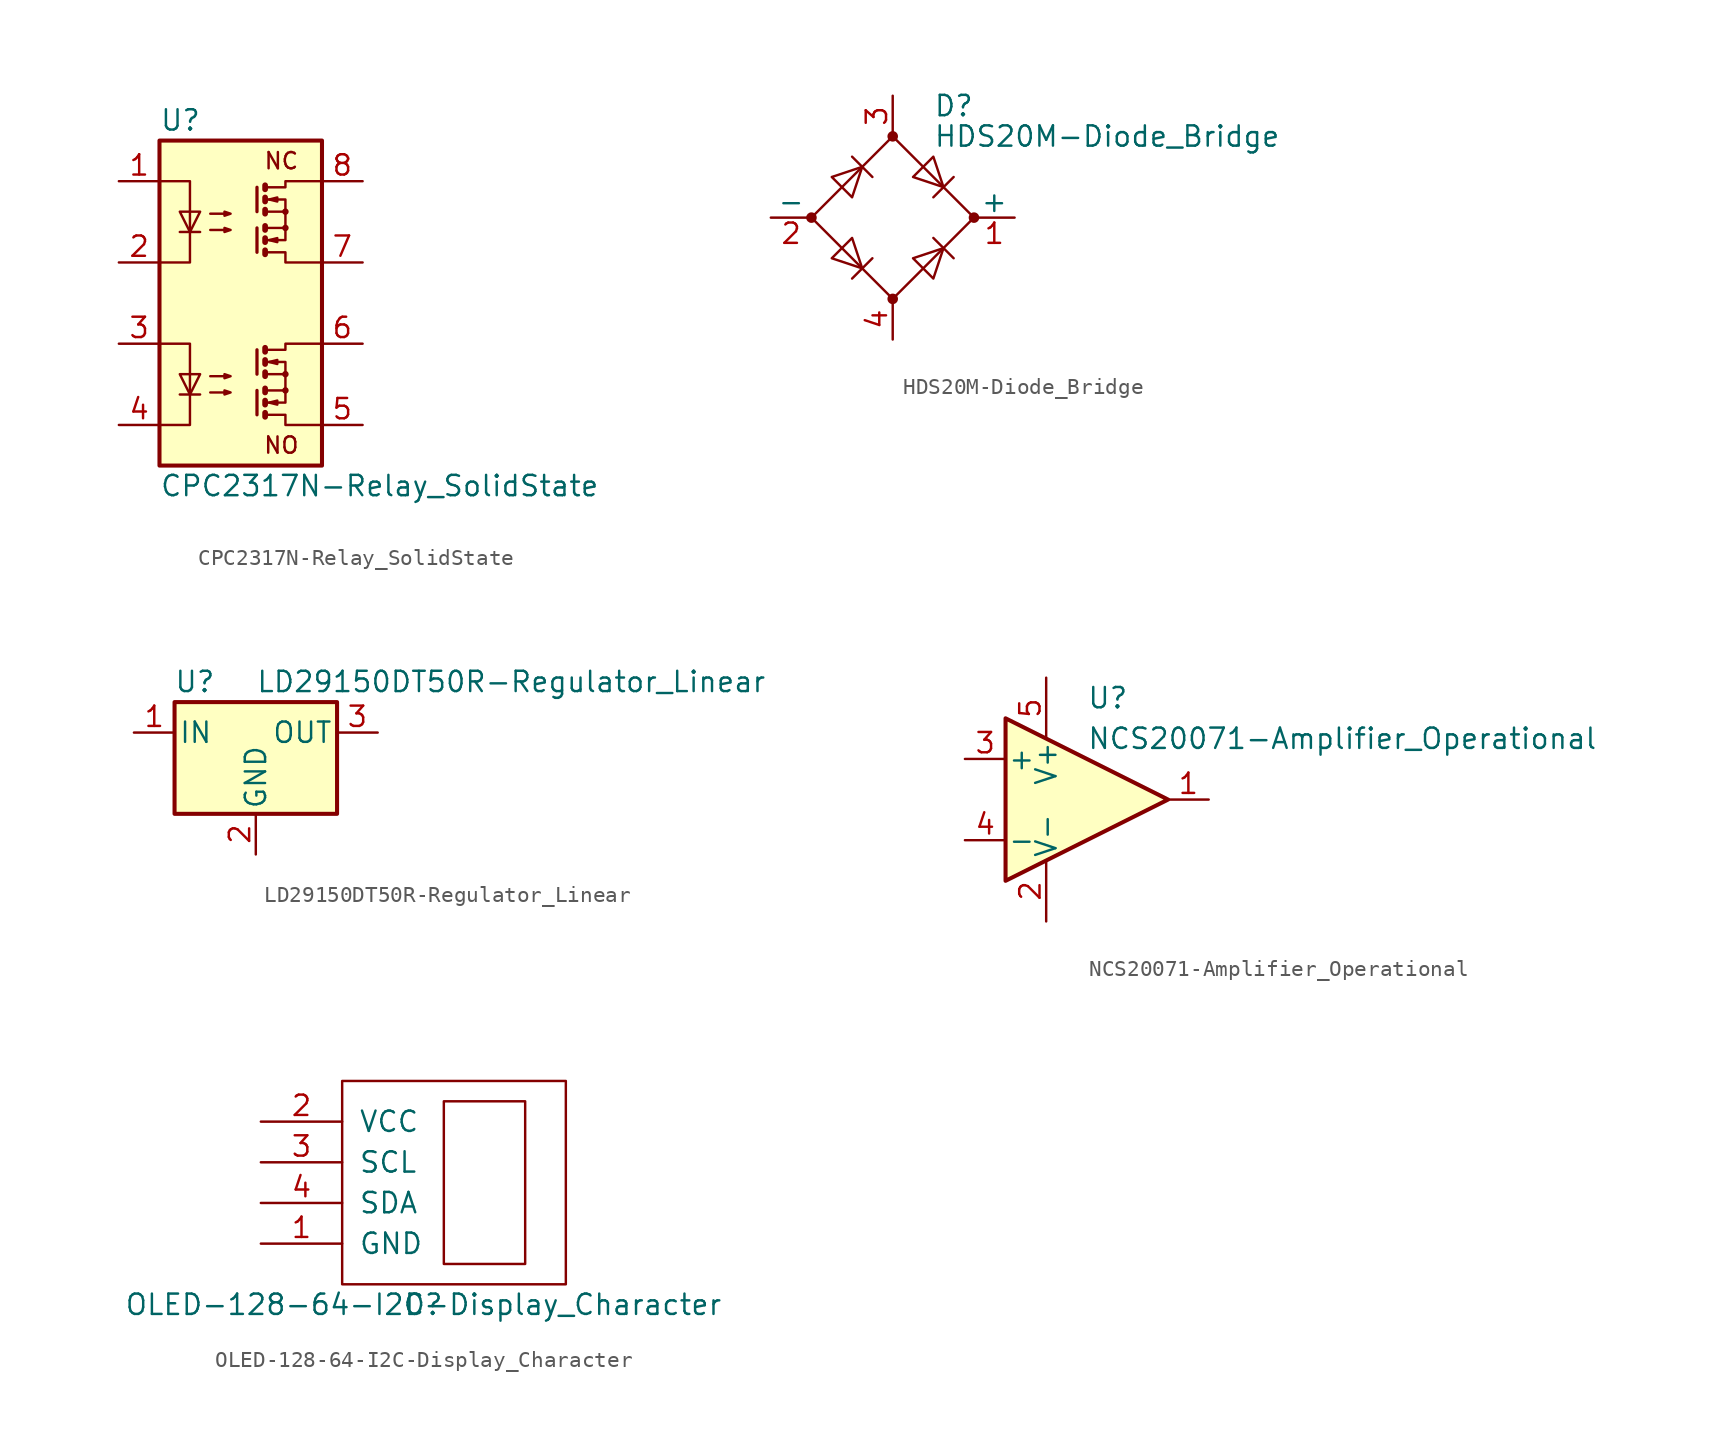
<source format=kicad_sym>
(kicad_symbol_lib
  (version 20220914)
  (generator kicad_symbol_editor)
  (symbol "CPC2317N-Relay_SolidState"
    (property "Reference" "U"
      (at -5.08 11.43 0)
      (effects (font (size 1.27 1.27)) (justify left)))
    (property "Value" "CPC2317N-Relay_SolidState"
      (at -5.08 -11.43 0)
      (effects (font (size 1.27 1.27)) (justify left)))
    (symbol "CPC2317N-Relay_SolidState_0_0"
      (text "NC" (at 2.54 8.89 0) (effects (font (size 1.016 1.016))))
      (text "NO" (at 2.54 -8.89 0) (effects (font (size 1.016 1.016)))))
    (symbol "CPC2317N-Relay_SolidState_0_1"
      (polyline (pts (xy -3.81 -5.715) (xy -2.54 -5.715)) (stroke (width 0) (type solid)) (fill (type none)))
      (polyline (pts (xy -3.81 4.445) (xy -2.54 4.445)) (stroke (width 0) (type solid)) (fill (type none)))
      (polyline (pts (xy 1.016 -5.461) (xy 1.016 -6.985)) (stroke (width 0.203) (type solid)) (fill (type none)))
      (polyline (pts (xy 1.016 -2.921) (xy 1.016 -4.445)) (stroke (width 0.203) (type solid)) (fill (type none)))
      (polyline (pts (xy 1.016 4.699) (xy 1.016 3.175)) (stroke (width 0.203) (type solid)) (fill (type none)))
      (polyline (pts (xy 1.016 7.239) (xy 1.016 5.715)) (stroke (width 0.203) (type solid)) (fill (type none)))
      (polyline (pts (xy 1.524 -6.858) (xy 1.524 -7.112) (xy 1.524 -7.112)) (stroke (width 0.356) (type solid)) (fill (type none)))
      (polyline (pts (xy 1.524 -6.096) (xy 1.524 -6.35) (xy 1.524 -6.35)) (stroke (width 0.356) (type solid)) (fill (type none)))
      (polyline (pts (xy 1.524 -5.334) (xy 1.524 -5.588) (xy 1.524 -5.588)) (stroke (width 0.356) (type solid)) (fill (type none)))
      (polyline (pts (xy 1.524 -4.318) (xy 1.524 -4.572) (xy 1.524 -4.572)) (stroke (width 0.356) (type solid)) (fill (type none)))
      (polyline (pts (xy 1.524 -3.556) (xy 1.524 -3.81) (xy 1.524 -3.81)) (stroke (width 0.356) (type solid)) (fill (type none)))
      (polyline (pts (xy 1.524 -2.794) (xy 1.524 -3.048) (xy 1.524 -3.048)) (stroke (width 0.356) (type solid)) (fill (type none)))
      (polyline (pts (xy 1.524 3.302) (xy 1.524 3.048) (xy 1.524 3.048)) (stroke (width 0.356) (type solid)) (fill (type none)))
      (polyline (pts (xy 1.524 4.064) (xy 1.524 3.81) (xy 1.524 3.81)) (stroke (width 0.356) (type solid)) (fill (type none)))
      (polyline (pts (xy 1.524 4.826) (xy 1.524 4.572) (xy 1.524 4.572)) (stroke (width 0.356) (type solid)) (fill (type none)))
      (polyline (pts (xy 1.524 5.842) (xy 1.524 5.588) (xy 1.524 5.588)) (stroke (width 0.356) (type solid)) (fill (type none)))
      (polyline (pts (xy 1.524 6.604) (xy 1.524 6.35) (xy 1.524 6.35)) (stroke (width 0.356) (type solid)) (fill (type none)))
      (polyline (pts (xy 1.524 7.366) (xy 1.524 7.112) (xy 1.524 7.112)) (stroke (width 0.356) (type solid)) (fill (type none)))
      (polyline (pts (xy 1.651 -3.683) (xy 2.794 -3.683) (xy 2.794 -4.445)) (stroke (width 0) (type solid)) (fill (type none)))
      (polyline (pts (xy 1.651 6.477) (xy 2.794 6.477) (xy 2.794 5.715)) (stroke (width 0) (type solid)) (fill (type none)))
      (polyline (pts (xy -5.08 -2.54) (xy -3.175 -2.54) (xy -3.175 -7.62) (xy -5.08 -7.62)) (stroke (width 0) (type solid)) (fill (type none)))
      (polyline (pts (xy -5.08 7.62) (xy -3.175 7.62) (xy -3.175 2.54) (xy -5.08 2.54)) (stroke (width 0) (type solid)) (fill (type none)))
      (polyline (pts (xy -3.175 -5.715) (xy -3.81 -4.445) (xy -2.54 -4.445) (xy -3.175 -5.715)) (stroke (width 0) (type solid)) (fill (type none)))
      (polyline (pts (xy -3.175 4.445) (xy -3.81 5.715) (xy -2.54 5.715) (xy -3.175 4.445)) (stroke (width 0) (type solid)) (fill (type none)))
      (polyline (pts (xy 1.651 -2.921) (xy 2.794 -2.921) (xy 2.794 -2.54) (xy 5.08 -2.54)) (stroke (width 0) (type solid)) (fill (type none)))
      (polyline (pts (xy 1.651 7.239) (xy 2.794 7.239) (xy 2.794 7.62) (xy 5.08 7.62)) (stroke (width 0) (type solid)) (fill (type none)))
      (polyline (pts (xy 1.778 -6.223) (xy 2.286 -6.096) (xy 2.286 -6.35) (xy 1.778 -6.223)) (stroke (width 0) (type solid)) (fill (type none)))
      (polyline (pts (xy 1.778 -3.683) (xy 2.286 -3.556) (xy 2.286 -3.81) (xy 1.778 -3.683)) (stroke (width 0) (type solid)) (fill (type none)))
      (polyline (pts (xy 1.778 3.937) (xy 2.286 4.064) (xy 2.286 3.81) (xy 1.778 3.937)) (stroke (width 0) (type solid)) (fill (type none)))
      (polyline (pts (xy 1.778 6.477) (xy 2.286 6.604) (xy 2.286 6.35) (xy 1.778 6.477)) (stroke (width 0) (type solid)) (fill (type none)))
      (polyline (pts (xy -1.905 -5.588) (xy -0.635 -5.588) (xy -1.016 -5.715) (xy -1.016 -5.461) (xy -0.635 -5.588)) (stroke (width 0) (type solid)) (fill (type none)))
      (polyline (pts (xy -1.905 -4.572) (xy -0.635 -4.572) (xy -1.016 -4.699) (xy -1.016 -4.445) (xy -0.635 -4.572)) (stroke (width 0) (type solid)) (fill (type none)))
      (polyline (pts (xy -1.905 4.572) (xy -0.635 4.572) (xy -1.016 4.445) (xy -1.016 4.699) (xy -0.635 4.572)) (stroke (width 0) (type solid)) (fill (type none)))
      (polyline (pts (xy -1.905 5.588) (xy -0.635 5.588) (xy -1.016 5.461) (xy -1.016 5.715) (xy -0.635 5.588)) (stroke (width 0) (type solid)) (fill (type none)))
      (circle (center 2.794 -5.461) (radius 0.127) (stroke (width 0) (type solid)) (fill (type none)))
      (circle (center 2.794 -4.445) (radius 0.127) (stroke (width 0) (type solid)) (fill (type none)))
      (circle (center 2.794 4.699) (radius 0.127) (stroke (width 0) (type solid)) (fill (type none)))
      (circle (center 2.794 5.715) (radius 0.127) (stroke (width 0) (type solid)) (fill (type none)))
      (rectangle (start 5.08 -10.16) (end -5.08 10.16) (stroke (width 0.254) (type solid)) (fill (type background))))
    (symbol "CPC2317N-Relay_SolidState_1_1"
      (polyline (pts (xy 1.524 -6.223) (xy 2.794 -6.223) (xy 2.794 -5.461)) (stroke (width 0) (type solid)) (fill (type none)))
      (polyline (pts (xy 1.524 3.937) (xy 2.794 3.937) (xy 2.794 4.699)) (stroke (width 0) (type solid)) (fill (type none)))
      (polyline (pts (xy 1.524 -6.985) (xy 2.794 -6.985) (xy 2.794 -7.62) (xy 5.08 -7.62)) (stroke (width 0) (type solid)) (fill (type none)))
      (polyline (pts (xy 1.524 -4.445) (xy 2.794 -4.445) (xy 2.794 -5.461) (xy 1.524 -5.461)) (stroke (width 0) (type solid)) (fill (type none)))
      (polyline (pts (xy 1.524 3.175) (xy 2.794 3.175) (xy 2.794 2.54) (xy 5.08 2.54)) (stroke (width 0) (type solid)) (fill (type none)))
      (polyline (pts (xy 1.524 5.715) (xy 2.794 5.715) (xy 2.794 4.699) (xy 1.524 4.699)) (stroke (width 0) (type solid)) (fill (type none)))
      (pin passive line (at -7.62 7.62 0) (length 2.54) (name "~" (effects (font (size 1.27 1.27)))) (number "1" (effects (font (size 1.27 1.27)))))
      (pin passive line (at -7.62 2.54 0) (length 2.54) (name "~" (effects (font (size 1.27 1.27)))) (number "2" (effects (font (size 1.27 1.27)))))
      (pin passive line (at -7.62 -2.54 0) (length 2.54) (name "~" (effects (font (size 1.27 1.27)))) (number "3" (effects (font (size 1.27 1.27)))))
      (pin passive line (at -7.62 -7.62 0) (length 2.54) (name "~" (effects (font (size 1.27 1.27)))) (number "4" (effects (font (size 1.27 1.27)))))
      (pin passive line (at 7.62 -7.62 180) (length 2.54) (name "~" (effects (font (size 1.27 1.27)))) (number "5" (effects (font (size 1.27 1.27)))))
      (pin passive line (at 7.62 -2.54 180) (length 2.54) (name "~" (effects (font (size 1.27 1.27)))) (number "6" (effects (font (size 1.27 1.27)))))
      (pin passive line (at 7.62 2.54 180) (length 2.54) (name "~" (effects (font (size 1.27 1.27)))) (number "7" (effects (font (size 1.27 1.27)))))
      (pin passive line (at 7.62 7.62 180) (length 2.54) (name "~" (effects (font (size 1.27 1.27)))) (number "8" (effects (font (size 1.27 1.27)))))))
  (symbol "HDS20M-Diode_Bridge"
    (pin_names
      (offset 0))
    (property "Reference" "D"
      (at 2.54 6.985 0)
      (effects (font (size 1.27 1.27)) (justify left)))
    (property "Value" "HDS20M-Diode_Bridge"
      (at 2.54 5.08 0)
      (effects (font (size 1.27 1.27)) (justify left)))
    (symbol "HDS20M-Diode_Bridge_0_1"
      (circle (center -5.08 0) (radius 0.254) (stroke (width 0) (type solid)) (fill (type outline)))
      (circle (center 0 -5.08) (radius 0.254) (stroke (width 0) (type solid)) (fill (type outline)))
      (polyline (pts (xy -2.54 3.81) (xy -1.27 2.54)) (stroke (width 0) (type solid)) (fill (type none)))
      (polyline (pts (xy -1.27 -2.54) (xy -2.54 -3.81)) (stroke (width 0) (type solid)) (fill (type none)))
      (polyline (pts (xy 2.54 -1.27) (xy 3.81 -2.54)) (stroke (width 0) (type solid)) (fill (type none)))
      (polyline (pts (xy 2.54 1.27) (xy 3.81 2.54)) (stroke (width 0) (type solid)) (fill (type none)))
      (polyline (pts (xy -3.81 2.54) (xy -2.54 1.27) (xy -1.905 3.175) (xy -3.81 2.54)) (stroke (width 0) (type solid)) (fill (type none)))
      (polyline (pts (xy -2.54 -1.27) (xy -3.81 -2.54) (xy -1.905 -3.175) (xy -2.54 -1.27)) (stroke (width 0) (type solid)) (fill (type none)))
      (polyline (pts (xy 1.27 2.54) (xy 2.54 3.81) (xy 3.175 1.905) (xy 1.27 2.54)) (stroke (width 0) (type solid)) (fill (type none)))
      (polyline (pts (xy 3.175 -1.905) (xy 1.27 -2.54) (xy 2.54 -3.81) (xy 3.175 -1.905)) (stroke (width 0) (type solid)) (fill (type none)))
      (polyline (pts (xy -5.08 0) (xy 0 -5.08) (xy 5.08 0) (xy 0 5.08) (xy -5.08 0)) (stroke (width 0) (type solid)) (fill (type none)))
      (circle (center 0 5.08) (radius 0.254) (stroke (width 0) (type solid)) (fill (type outline)))
      (circle (center 5.08 0) (radius 0.254) (stroke (width 0) (type solid)) (fill (type outline))))
    (symbol "HDS20M-Diode_Bridge_1_1"
      (pin passive line (at 7.62 0 180) (length 2.54) (name "+" (effects (font (size 1.27 1.27)))) (number "1" (effects (font (size 1.27 1.27)))))
      (pin passive line (at -7.62 0 0) (length 2.54) (name "-" (effects (font (size 1.27 1.27)))) (number "2" (effects (font (size 1.27 1.27)))))
      (pin passive line (at 0 7.62 270) (length 2.54) (name "~" (effects (font (size 1.27 1.27)))) (number "3" (effects (font (size 1.27 1.27)))))
      (pin passive line (at 0 -7.62 90) (length 2.54) (name "~" (effects (font (size 1.27 1.27)))) (number "4" (effects (font (size 1.27 1.27)))))))
  (symbol "LD29150DT50R-Regulator_Linear"
    (pin_names
      (offset 0.254))
    (property "Reference" "U"
      (at -3.81 3.175 0)
      (effects (font (size 1.27 1.27))))
    (property "Value" "LD29150DT50R-Regulator_Linear"
      (at 0 3.175 0)
      (effects (font (size 1.27 1.27)) (justify left)))
    (symbol "LD29150DT50R-Regulator_Linear_0_1"
      (rectangle (start -5.08 1.905) (end 5.08 -5.08) (stroke (width 0.254) (type solid)) (fill (type background))))
    (symbol "LD29150DT50R-Regulator_Linear_1_1"
      (pin power_in line (at -7.62 0 0) (length 2.54) (name "IN" (effects (font (size 1.27 1.27)))) (number "1" (effects (font (size 1.27 1.27)))))
      (pin power_in line (at 0 -7.62 90) (length 2.54) (name "GND" (effects (font (size 1.27 1.27)))) (number "2" (effects (font (size 1.27 1.27)))))
      (pin power_out line (at 7.62 0 180) (length 2.54) (name "OUT" (effects (font (size 1.27 1.27)))) (number "3" (effects (font (size 1.27 1.27)))))))
  (symbol "NCS20071-Amplifier_Operational"
    (pin_names
      (offset 0.127))
    (property "Reference" "U"
      (at 0 6.35 0)
      (effects (font (size 1.27 1.27)) (justify left)))
    (property "Value" "NCS20071-Amplifier_Operational"
      (at 0 3.81 0)
      (effects (font (size 1.27 1.27)) (justify left)))
    (symbol "NCS20071-Amplifier_Operational_0_1"
      (polyline (pts (xy -5.08 5.08) (xy 5.08 0) (xy -5.08 -5.08) (xy -5.08 5.08)) (stroke (width 0.254) (type solid)) (fill (type background))))
    (symbol "NCS20071-Amplifier_Operational_1_1"
      (pin output line (at 7.62 0 180) (length 2.54) (name "~" (effects (font (size 1.27 1.27)))) (number "1" (effects (font (size 1.27 1.27)))))
      (pin power_in line (at -2.54 -7.62 90) (length 3.81) (name "V-" (effects (font (size 1.27 1.27)))) (number "2" (effects (font (size 1.27 1.27)))))
      (pin input line (at -7.62 2.54 0) (length 2.54) (name "+" (effects (font (size 1.27 1.27)))) (number "3" (effects (font (size 1.27 1.27)))))
      (pin input line (at -7.62 -2.54 0) (length 2.54) (name "-" (effects (font (size 1.27 1.27)))) (number "4" (effects (font (size 1.27 1.27)))))
      (pin power_in line (at -2.54 7.62 270) (length 3.81) (name "V+" (effects (font (size 1.27 1.27)))) (number "5" (effects (font (size 1.27 1.27)))))))
  (symbol "OLED-128-64-I2C-Display_Character"
    (pin_names
      (offset 1.016))
    (property "Reference" "D"
      (at 0 0 0)
      (effects (font (size 1.27 1.27))))
    (property "Value" "OLED-128-64-I2C-Display_Character"
      (at 0 0 0)
      (effects (font (size 1.27 1.27))))
    (symbol "OLED-128-64-I2C-Display_Character_0_1"
      (rectangle (start -5.08 13.97) (end 8.89 1.27) (stroke (width 0) (type solid)) (fill (type none)))
      (rectangle (start 6.35 12.7) (end 1.27 2.54) (stroke (width 0) (type solid)) (fill (type none))))
    (symbol "OLED-128-64-I2C-Display_Character_1_1"
      (pin power_in line (at -10.16 3.81 0) (length 5.08) (name "GND" (effects (font (size 1.27 1.27)))) (number "1" (effects (font (size 1.27 1.27)))))
      (pin power_in line (at -10.16 11.43 0) (length 5.08) (name "VCC" (effects (font (size 1.27 1.27)))) (number "2" (effects (font (size 1.27 1.27)))))
      (pin input line (at -10.16 8.89 0) (length 5.08) (name "SCL" (effects (font (size 1.27 1.27)))) (number "3" (effects (font (size 1.27 1.27)))))
      (pin input line (at -10.16 6.35 0) (length 5.08) (name "SDA" (effects (font (size 1.27 1.27)))) (number "4" (effects (font (size 1.27 1.27))))))))
</source>
